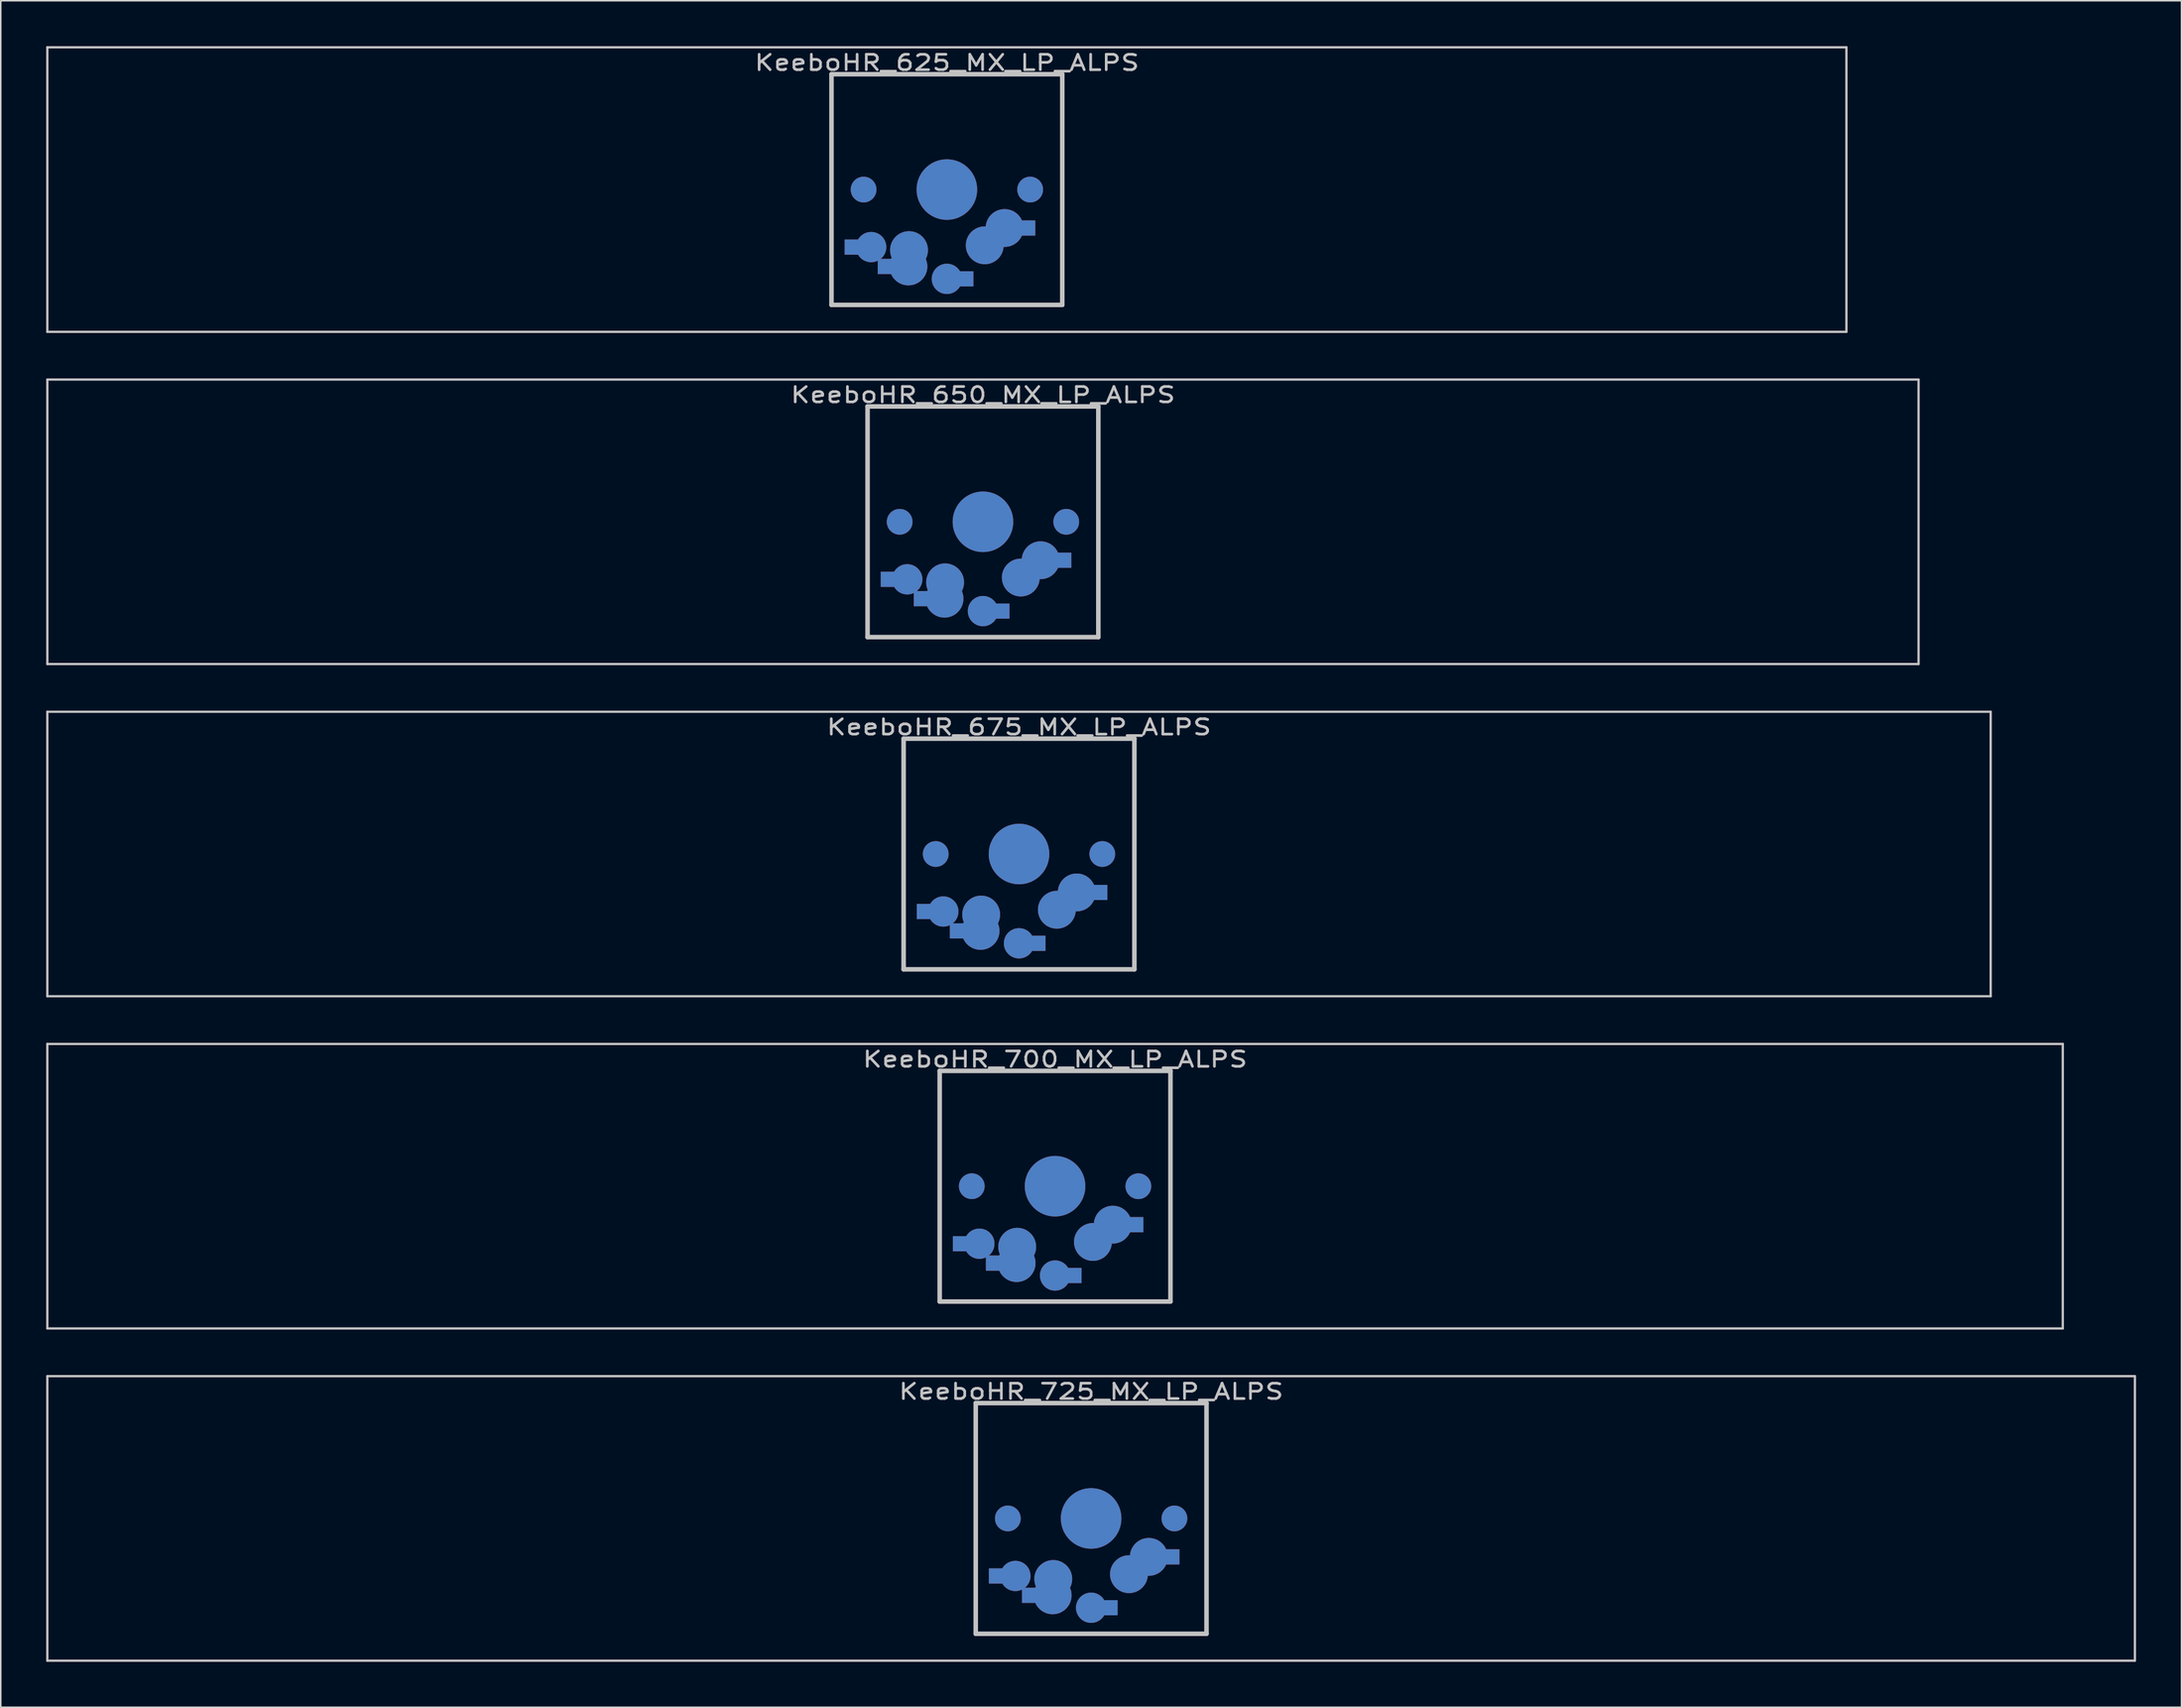
<source format=kicad_pcb>
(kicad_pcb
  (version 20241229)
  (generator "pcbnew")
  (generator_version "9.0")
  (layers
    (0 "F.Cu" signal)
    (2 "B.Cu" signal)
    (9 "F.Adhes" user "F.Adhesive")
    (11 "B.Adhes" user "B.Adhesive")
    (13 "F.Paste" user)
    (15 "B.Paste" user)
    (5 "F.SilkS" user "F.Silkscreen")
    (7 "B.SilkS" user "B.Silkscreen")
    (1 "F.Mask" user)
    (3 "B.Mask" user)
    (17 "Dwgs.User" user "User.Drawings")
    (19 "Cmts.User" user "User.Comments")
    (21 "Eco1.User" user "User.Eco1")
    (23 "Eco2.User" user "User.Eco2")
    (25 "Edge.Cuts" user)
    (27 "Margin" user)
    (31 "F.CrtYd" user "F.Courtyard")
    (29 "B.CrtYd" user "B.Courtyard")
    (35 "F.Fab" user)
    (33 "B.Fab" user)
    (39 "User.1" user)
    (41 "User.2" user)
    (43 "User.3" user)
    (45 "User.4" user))
  (footprint "KeeboHR_625_MX_LP_ALPS"
    (layer "F.Cu")
    (at 59.48 9.474)
    (property "Reference" "KeeboHR_625_MX_LP_ALPS" (at 0 -8.382 0) (layer "Dwgs.User") (effects (font (size 1.016 1.27) (thickness 0.178))))
    (attr through_hole)
    (fp_line (start -59.404 -9.398) (end 59.404 -9.398) (stroke (width 0.152) (type solid)) (layer "Dwgs.User"))
    (fp_line (start -59.404 9.398) (end -59.404 -9.398) (stroke (width 0.152) (type solid)) (layer "Dwgs.User"))
    (fp_line (start -7.62 -7.62) (end 7.62 -7.62) (stroke (width 0.3) (type solid)) (layer "Dwgs.User"))
    (fp_line (start -7.62 7.62) (end -7.62 -7.62) (stroke (width 0.3) (type solid)) (layer "Dwgs.User"))
    (fp_line (start 7.62 -7.62) (end 7.62 7.62) (stroke (width 0.3) (type solid)) (layer "Dwgs.User"))
    (fp_line (start 7.62 7.62) (end -7.62 7.62) (stroke (width 0.3) (type solid)) (layer "Dwgs.User"))
    (fp_line (start 59.404 -9.398) (end 59.404 9.398) (stroke (width 0.152) (type solid)) (layer "Dwgs.User"))
    (fp_line (start 59.404 9.398) (end -59.404 9.398) (stroke (width 0.152) (type solid)) (layer "Dwgs.User"))
    (pad "" smd circle (at -5.5 0) (size 1.7 1.7) (layers "*.Cu" "*.Mask"))
    (pad "" smd circle (at 0 0) (size 4 4) (layers "*.Cu" "*.Mask"))
    (pad "" smd circle (at 5.5 0) (size 1.7 1.7) (layers "*.Cu" "*.Mask"))
    (pad "1" smd circle (at 0 5.9) (size 2 2) (layers "*.Cu" "*.Mask"))
    (pad "1" smd rect (at 1.25 5.9) (size 1 1) (layers "*.Cu" "*.Mask"))
    (pad "1" smd circle (at 2.5 3.683) (size 2.5 2.5) (layers "*.Cu" "*.Mask"))
    (pad "1" smd circle (at 3.81 2.54) (size 2.5 2.5) (layers "*.Cu" "*.Mask"))
    (pad "1" smd rect (at 5.334 2.54) (size 1 1) (layers "*.Cu" "*.Mask"))
    (pad "2" smd rect (at -6.25 3.8) (size 1 1) (layers "*.Cu" "*.Mask"))
    (pad "2" smd circle (at -5 3.8) (size 2 2) (layers "*.Cu" "*.Mask"))
    (pad "2" smd rect (at -4.064 5.08) (size 1 1) (layers "*.Cu" "*.Mask"))
    (pad "2" smd circle (at -2.54 5.08) (size 2.5 2.5) (layers "*.Cu" "*.Mask"))
    (pad "2" smd circle (at -2.5 4) (size 2.5 2.5) (layers "*.Cu" "*.Mask")))
  (footprint "KeeboHR_675_MX_LP_ALPS"
    (layer "F.Cu")
    (at 64.243 53.371)
    (property "Reference" "KeeboHR_675_MX_LP_ALPS" (at 0 -8.382 0) (layer "Dwgs.User") (effects (font (size 1.016 1.27) (thickness 0.178))))
    (attr through_hole)
    (fp_line (start -64.167 -9.398) (end 64.167 -9.398) (stroke (width 0.152) (type solid)) (layer "Dwgs.User"))
    (fp_line (start -64.167 9.398) (end -64.167 -9.398) (stroke (width 0.152) (type solid)) (layer "Dwgs.User"))
    (fp_line (start -7.62 -7.62) (end 7.62 -7.62) (stroke (width 0.3) (type solid)) (layer "Dwgs.User"))
    (fp_line (start -7.62 7.62) (end -7.62 -7.62) (stroke (width 0.3) (type solid)) (layer "Dwgs.User"))
    (fp_line (start 7.62 -7.62) (end 7.62 7.62) (stroke (width 0.3) (type solid)) (layer "Dwgs.User"))
    (fp_line (start 7.62 7.62) (end -7.62 7.62) (stroke (width 0.3) (type solid)) (layer "Dwgs.User"))
    (fp_line (start 64.167 -9.398) (end 64.167 9.398) (stroke (width 0.152) (type solid)) (layer "Dwgs.User"))
    (fp_line (start 64.167 9.398) (end -64.167 9.398) (stroke (width 0.152) (type solid)) (layer "Dwgs.User"))
    (pad "" smd circle (at -5.5 0) (size 1.7 1.7) (layers "*.Cu" "*.Mask"))
    (pad "" smd circle (at 0 0) (size 4 4) (layers "*.Cu" "*.Mask"))
    (pad "" smd circle (at 5.5 0) (size 1.7 1.7) (layers "*.Cu" "*.Mask"))
    (pad "1" smd circle (at 0 5.9) (size 2 2) (layers "*.Cu" "*.Mask"))
    (pad "1" smd rect (at 1.25 5.9) (size 1 1) (layers "*.Cu" "*.Mask"))
    (pad "1" smd circle (at 2.5 3.683) (size 2.5 2.5) (layers "*.Cu" "*.Mask"))
    (pad "1" smd circle (at 3.81 2.54) (size 2.5 2.5) (layers "*.Cu" "*.Mask"))
    (pad "1" smd rect (at 5.334 2.54) (size 1 1) (layers "*.Cu" "*.Mask"))
    (pad "2" smd rect (at -6.25 3.8) (size 1 1) (layers "*.Cu" "*.Mask"))
    (pad "2" smd circle (at -5 3.8) (size 2 2) (layers "*.Cu" "*.Mask"))
    (pad "2" smd rect (at -4.064 5.08) (size 1 1) (layers "*.Cu" "*.Mask"))
    (pad "2" smd circle (at -2.54 5.08) (size 2.5 2.5) (layers "*.Cu" "*.Mask"))
    (pad "2" smd circle (at -2.5 4) (size 2.5 2.5) (layers "*.Cu" "*.Mask")))
  (footprint "KeeboHR_725_MX_LP_ALPS"
    (layer "F.Cu")
    (at 69.005 97.268)
    (property "Reference" "KeeboHR_725_MX_LP_ALPS" (at 0 -8.382 0) (layer "Dwgs.User") (effects (font (size 1.016 1.27) (thickness 0.178))))
    (attr through_hole)
    (fp_line (start -68.929 -9.398) (end 68.929 -9.398) (stroke (width 0.152) (type solid)) (layer "Dwgs.User"))
    (fp_line (start -68.929 9.398) (end -68.929 -9.398) (stroke (width 0.152) (type solid)) (layer "Dwgs.User"))
    (fp_line (start -7.62 -7.62) (end 7.62 -7.62) (stroke (width 0.3) (type solid)) (layer "Dwgs.User"))
    (fp_line (start -7.62 7.62) (end -7.62 -7.62) (stroke (width 0.3) (type solid)) (layer "Dwgs.User"))
    (fp_line (start 7.62 -7.62) (end 7.62 7.62) (stroke (width 0.3) (type solid)) (layer "Dwgs.User"))
    (fp_line (start 7.62 7.62) (end -7.62 7.62) (stroke (width 0.3) (type solid)) (layer "Dwgs.User"))
    (fp_line (start 68.929 -9.398) (end 68.929 9.398) (stroke (width 0.152) (type solid)) (layer "Dwgs.User"))
    (fp_line (start 68.929 9.398) (end -68.929 9.398) (stroke (width 0.152) (type solid)) (layer "Dwgs.User"))
    (pad "" smd circle (at -5.5 0) (size 1.7 1.7) (layers "*.Cu" "*.Mask"))
    (pad "" smd circle (at 0 0) (size 4 4) (layers "*.Cu" "*.Mask"))
    (pad "" smd circle (at 5.5 0) (size 1.7 1.7) (layers "*.Cu" "*.Mask"))
    (pad "1" smd circle (at 0 5.9) (size 2 2) (layers "*.Cu" "*.Mask"))
    (pad "1" smd rect (at 1.25 5.9) (size 1 1) (layers "*.Cu" "*.Mask"))
    (pad "1" smd circle (at 2.5 3.683) (size 2.5 2.5) (layers "*.Cu" "*.Mask"))
    (pad "1" smd circle (at 3.81 2.54) (size 2.5 2.5) (layers "*.Cu" "*.Mask"))
    (pad "1" smd rect (at 5.334 2.54) (size 1 1) (layers "*.Cu" "*.Mask"))
    (pad "2" smd rect (at -6.25 3.8) (size 1 1) (layers "*.Cu" "*.Mask"))
    (pad "2" smd circle (at -5 3.8) (size 2 2) (layers "*.Cu" "*.Mask"))
    (pad "2" smd rect (at -4.064 5.08) (size 1 1) (layers "*.Cu" "*.Mask"))
    (pad "2" smd circle (at -2.54 5.08) (size 2.5 2.5) (layers "*.Cu" "*.Mask"))
    (pad "2" smd circle (at -2.5 4) (size 2.5 2.5) (layers "*.Cu" "*.Mask")))
  (footprint "KeeboHR_650_MX_LP_ALPS"
    (layer "F.Cu")
    (at 61.862 31.423)
    (property "Reference" "KeeboHR_650_MX_LP_ALPS" (at 0 -8.382 0) (layer "Dwgs.User") (effects (font (size 1.016 1.27) (thickness 0.178))))
    (attr through_hole)
    (fp_line (start -61.785 -9.398) (end 61.785 -9.398) (stroke (width 0.152) (type solid)) (layer "Dwgs.User"))
    (fp_line (start -61.785 9.398) (end -61.785 -9.398) (stroke (width 0.152) (type solid)) (layer "Dwgs.User"))
    (fp_line (start -7.62 -7.62) (end 7.62 -7.62) (stroke (width 0.3) (type solid)) (layer "Dwgs.User"))
    (fp_line (start -7.62 7.62) (end -7.62 -7.62) (stroke (width 0.3) (type solid)) (layer "Dwgs.User"))
    (fp_line (start 7.62 -7.62) (end 7.62 7.62) (stroke (width 0.3) (type solid)) (layer "Dwgs.User"))
    (fp_line (start 7.62 7.62) (end -7.62 7.62) (stroke (width 0.3) (type solid)) (layer "Dwgs.User"))
    (fp_line (start 61.785 -9.398) (end 61.785 9.398) (stroke (width 0.152) (type solid)) (layer "Dwgs.User"))
    (fp_line (start 61.785 9.398) (end -61.785 9.398) (stroke (width 0.152) (type solid)) (layer "Dwgs.User"))
    (pad "" smd circle (at -5.5 0) (size 1.7 1.7) (layers "*.Cu" "*.Mask"))
    (pad "" smd circle (at 0 0) (size 4 4) (layers "*.Cu" "*.Mask"))
    (pad "" smd circle (at 5.5 0) (size 1.7 1.7) (layers "*.Cu" "*.Mask"))
    (pad "1" smd circle (at 0 5.9) (size 2 2) (layers "*.Cu" "*.Mask"))
    (pad "1" smd rect (at 1.25 5.9) (size 1 1) (layers "*.Cu" "*.Mask"))
    (pad "1" smd circle (at 2.5 3.683) (size 2.5 2.5) (layers "*.Cu" "*.Mask"))
    (pad "1" smd circle (at 3.81 2.54) (size 2.5 2.5) (layers "*.Cu" "*.Mask"))
    (pad "1" smd rect (at 5.334 2.54) (size 1 1) (layers "*.Cu" "*.Mask"))
    (pad "2" smd rect (at -6.25 3.8) (size 1 1) (layers "*.Cu" "*.Mask"))
    (pad "2" smd circle (at -5 3.8) (size 2 2) (layers "*.Cu" "*.Mask"))
    (pad "2" smd rect (at -4.064 5.08) (size 1 1) (layers "*.Cu" "*.Mask"))
    (pad "2" smd circle (at -2.54 5.08) (size 2.5 2.5) (layers "*.Cu" "*.Mask"))
    (pad "2" smd circle (at -2.5 4) (size 2.5 2.5) (layers "*.Cu" "*.Mask")))
  (footprint "KeeboHR_700_MX_LP_ALPS"
    (layer "F.Cu")
    (at 66.624 75.319)
    (property "Reference" "KeeboHR_700_MX_LP_ALPS" (at 0 -8.382 0) (layer "Dwgs.User") (effects (font (size 1.016 1.27) (thickness 0.178))))
    (attr through_hole)
    (fp_line (start -66.548 -9.398) (end 66.548 -9.398) (stroke (width 0.152) (type solid)) (layer "Dwgs.User"))
    (fp_line (start -66.548 9.398) (end -66.548 -9.398) (stroke (width 0.152) (type solid)) (layer "Dwgs.User"))
    (fp_line (start -7.62 -7.62) (end 7.62 -7.62) (stroke (width 0.3) (type solid)) (layer "Dwgs.User"))
    (fp_line (start -7.62 7.62) (end -7.62 -7.62) (stroke (width 0.3) (type solid)) (layer "Dwgs.User"))
    (fp_line (start 7.62 -7.62) (end 7.62 7.62) (stroke (width 0.3) (type solid)) (layer "Dwgs.User"))
    (fp_line (start 7.62 7.62) (end -7.62 7.62) (stroke (width 0.3) (type solid)) (layer "Dwgs.User"))
    (fp_line (start 66.548 -9.398) (end 66.548 9.398) (stroke (width 0.152) (type solid)) (layer "Dwgs.User"))
    (fp_line (start 66.548 9.398) (end -66.548 9.398) (stroke (width 0.152) (type solid)) (layer "Dwgs.User"))
    (pad "" smd circle (at -5.5 0) (size 1.7 1.7) (layers "*.Cu" "*.Mask"))
    (pad "" smd circle (at 0 0) (size 4 4) (layers "*.Cu" "*.Mask"))
    (pad "" smd circle (at 5.5 0) (size 1.7 1.7) (layers "*.Cu" "*.Mask"))
    (pad "1" smd circle (at 0 5.9) (size 2 2) (layers "*.Cu" "*.Mask"))
    (pad "1" smd rect (at 1.25 5.9) (size 1 1) (layers "*.Cu" "*.Mask"))
    (pad "1" smd circle (at 2.5 3.683) (size 2.5 2.5) (layers "*.Cu" "*.Mask"))
    (pad "1" smd circle (at 3.81 2.54) (size 2.5 2.5) (layers "*.Cu" "*.Mask"))
    (pad "1" smd rect (at 5.334 2.54) (size 1 1) (layers "*.Cu" "*.Mask"))
    (pad "2" smd rect (at -6.25 3.8) (size 1 1) (layers "*.Cu" "*.Mask"))
    (pad "2" smd circle (at -5 3.8) (size 2 2) (layers "*.Cu" "*.Mask"))
    (pad "2" smd rect (at -4.064 5.08) (size 1 1) (layers "*.Cu" "*.Mask"))
    (pad "2" smd circle (at -2.54 5.08) (size 2.5 2.5) (layers "*.Cu" "*.Mask"))
    (pad "2" smd circle (at -2.5 4) (size 2.5 2.5) (layers "*.Cu" "*.Mask")))
  (gr_rect
    (start -3 -3)
    (end 141.011 109.742)
    (stroke (width 0.1) (type default))
    (fill no)
    (layer "Edge.Cuts")))
</source>
